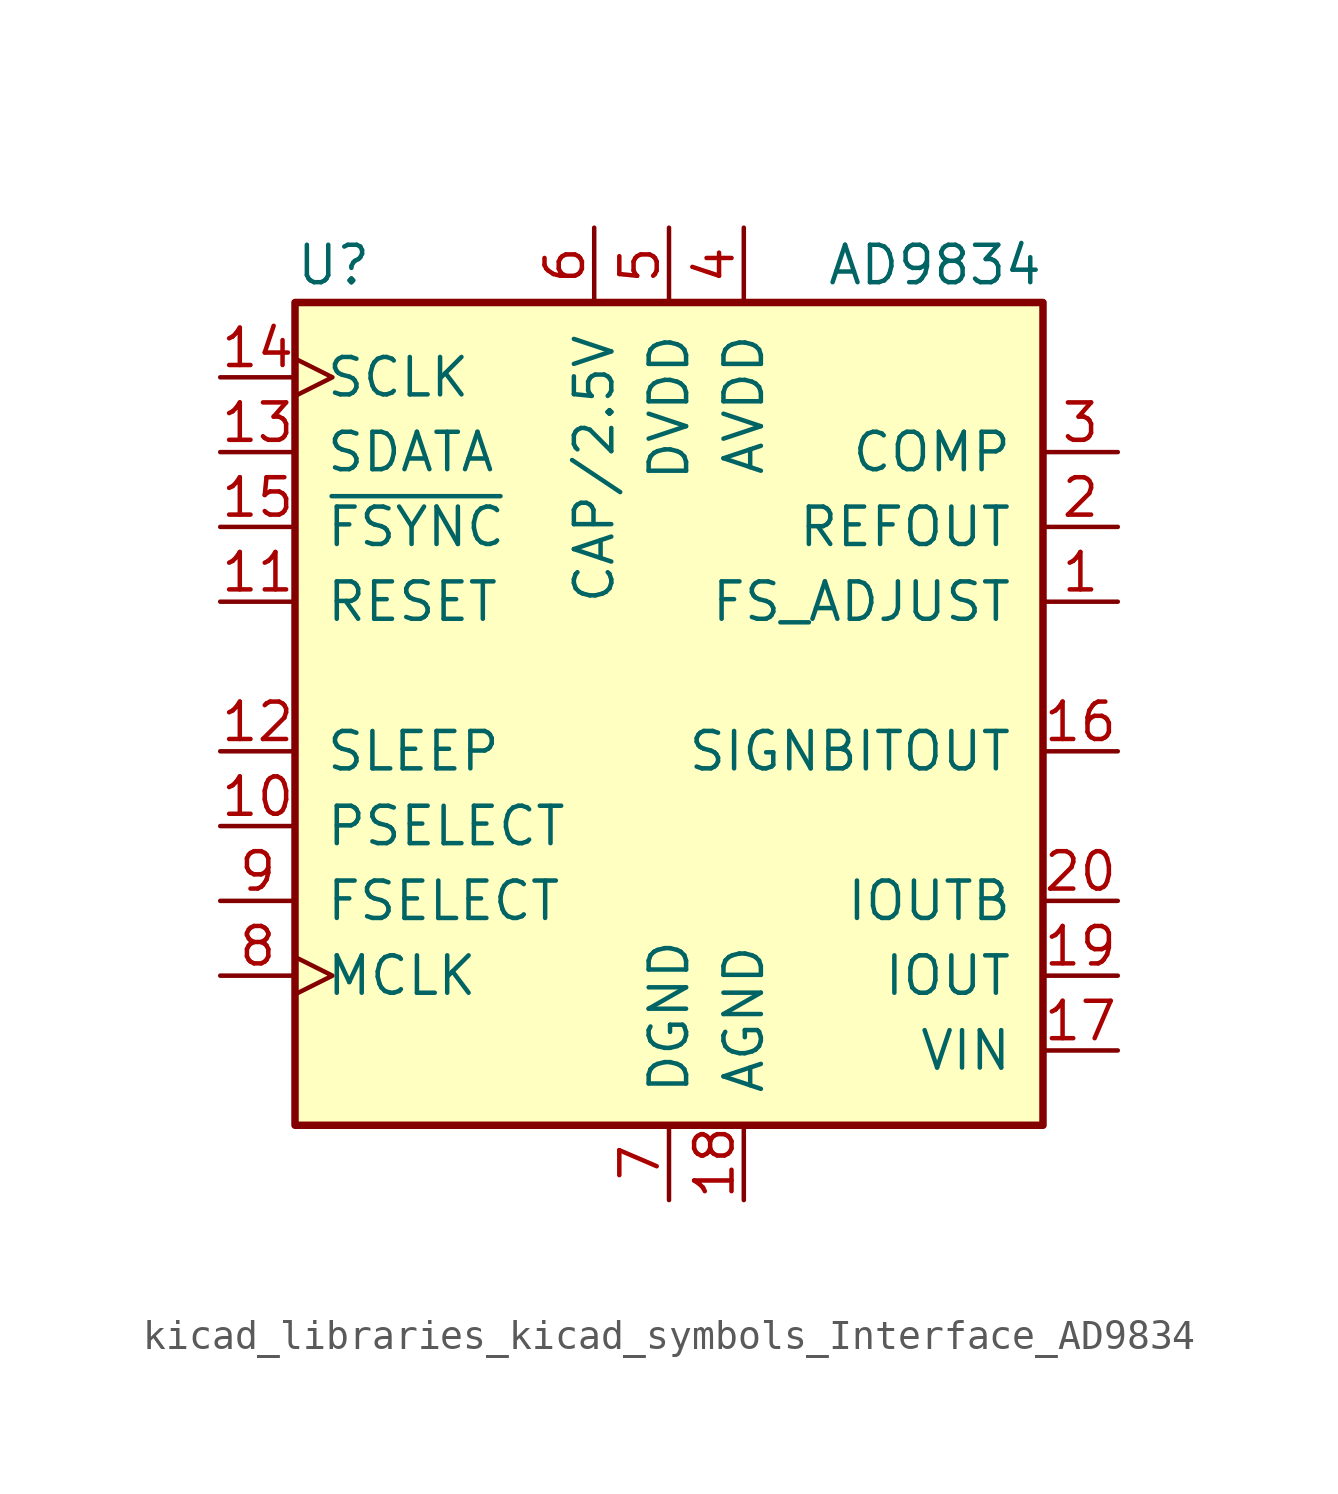
<source format=kicad_sym>
(kicad_symbol_lib
  (version 20220914)
  (generator kicad_symbol_editor)
  (symbol "kicad_libraries_kicad_symbols_Interface_AD9834"
    (pin_names
      (offset 1.016))
    (property "Reference" "U"
      (at -12.7 16.51 0)
      (effects (font (size 1.27 1.27)) (justify left)))
    (property "Value" "AD9834"
      (at 5.334 16.51 0)
      (effects (font (size 1.27 1.27)) (justify left)))
    (symbol "kicad_libraries_kicad_symbols_Interface_AD9834_0_1"
      (rectangle (start -12.7 15.24) (end 12.7 -12.7) (stroke (width 0.254) (type default)) (fill (type background))))
    (symbol "kicad_libraries_kicad_symbols_Interface_AD9834_1_1"
      (pin passive line (at 15.24 5.08 180) (length 2.54) (name "FS_ADJUST" (effects (font (size 1.27 1.27)))) (number "1" (effects (font (size 1.27 1.27)))))
      (pin input line (at -15.24 -2.54 0) (length 2.54) (name "PSELECT" (effects (font (size 1.27 1.27)))) (number "10" (effects (font (size 1.27 1.27)))))
      (pin input line (at -15.24 5.08 0) (length 2.54) (name "RESET" (effects (font (size 1.27 1.27)))) (number "11" (effects (font (size 1.27 1.27)))))
      (pin input line (at -15.24 0 0) (length 2.54) (name "SLEEP" (effects (font (size 1.27 1.27)))) (number "12" (effects (font (size 1.27 1.27)))))
      (pin input line (at -15.24 10.16 0) (length 2.54) (name "SDATA" (effects (font (size 1.27 1.27)))) (number "13" (effects (font (size 1.27 1.27)))))
      (pin input clock (at -15.24 12.7 0) (length 2.54) (name "SCLK" (effects (font (size 1.27 1.27)))) (number "14" (effects (font (size 1.27 1.27)))))
      (pin input line (at -15.24 7.62 0) (length 2.54) (name "~{FSYNC}" (effects (font (size 1.27 1.27)))) (number "15" (effects (font (size 1.27 1.27)))))
      (pin output line (at 15.24 0 180) (length 2.54) (name "SIGNBITOUT" (effects (font (size 1.27 1.27)))) (number "16" (effects (font (size 1.27 1.27)))))
      (pin power_in line (at 15.24 -10.16 180) (length 2.54) (name "VIN" (effects (font (size 1.27 1.27)))) (number "17" (effects (font (size 1.27 1.27)))))
      (pin power_in line (at 2.54 -15.24 90) (length 2.54) (name "AGND" (effects (font (size 1.27 1.27)))) (number "18" (effects (font (size 1.27 1.27)))))
      (pin output line (at 15.24 -7.62 180) (length 2.54) (name "IOUT" (effects (font (size 1.27 1.27)))) (number "19" (effects (font (size 1.27 1.27)))))
      (pin output line (at 15.24 7.62 180) (length 2.54) (name "REFOUT" (effects (font (size 1.27 1.27)))) (number "2" (effects (font (size 1.27 1.27)))))
      (pin output line (at 15.24 -5.08 180) (length 2.54) (name "IOUTB" (effects (font (size 1.27 1.27)))) (number "20" (effects (font (size 1.27 1.27)))))
      (pin passive line (at 15.24 10.16 180) (length 2.54) (name "COMP" (effects (font (size 1.27 1.27)))) (number "3" (effects (font (size 1.27 1.27)))))
      (pin power_in line (at 2.54 17.78 270) (length 2.54) (name "AVDD" (effects (font (size 1.27 1.27)))) (number "4" (effects (font (size 1.27 1.27)))))
      (pin power_in line (at 0 17.78 270) (length 2.54) (name "DVDD" (effects (font (size 1.27 1.27)))) (number "5" (effects (font (size 1.27 1.27)))))
      (pin passive line (at -2.54 17.78 270) (length 2.54) (name "CAP/2.5V" (effects (font (size 1.27 1.27)))) (number "6" (effects (font (size 1.27 1.27)))))
      (pin power_in line (at 0 -15.24 90) (length 2.54) (name "DGND" (effects (font (size 1.27 1.27)))) (number "7" (effects (font (size 1.27 1.27)))))
      (pin input clock (at -15.24 -7.62 0) (length 2.54) (name "MCLK" (effects (font (size 1.27 1.27)))) (number "8" (effects (font (size 1.27 1.27)))))
      (pin input line (at -15.24 -5.08 0) (length 2.54) (name "FSELECT" (effects (font (size 1.27 1.27)))) (number "9" (effects (font (size 1.27 1.27))))))))
</source>
